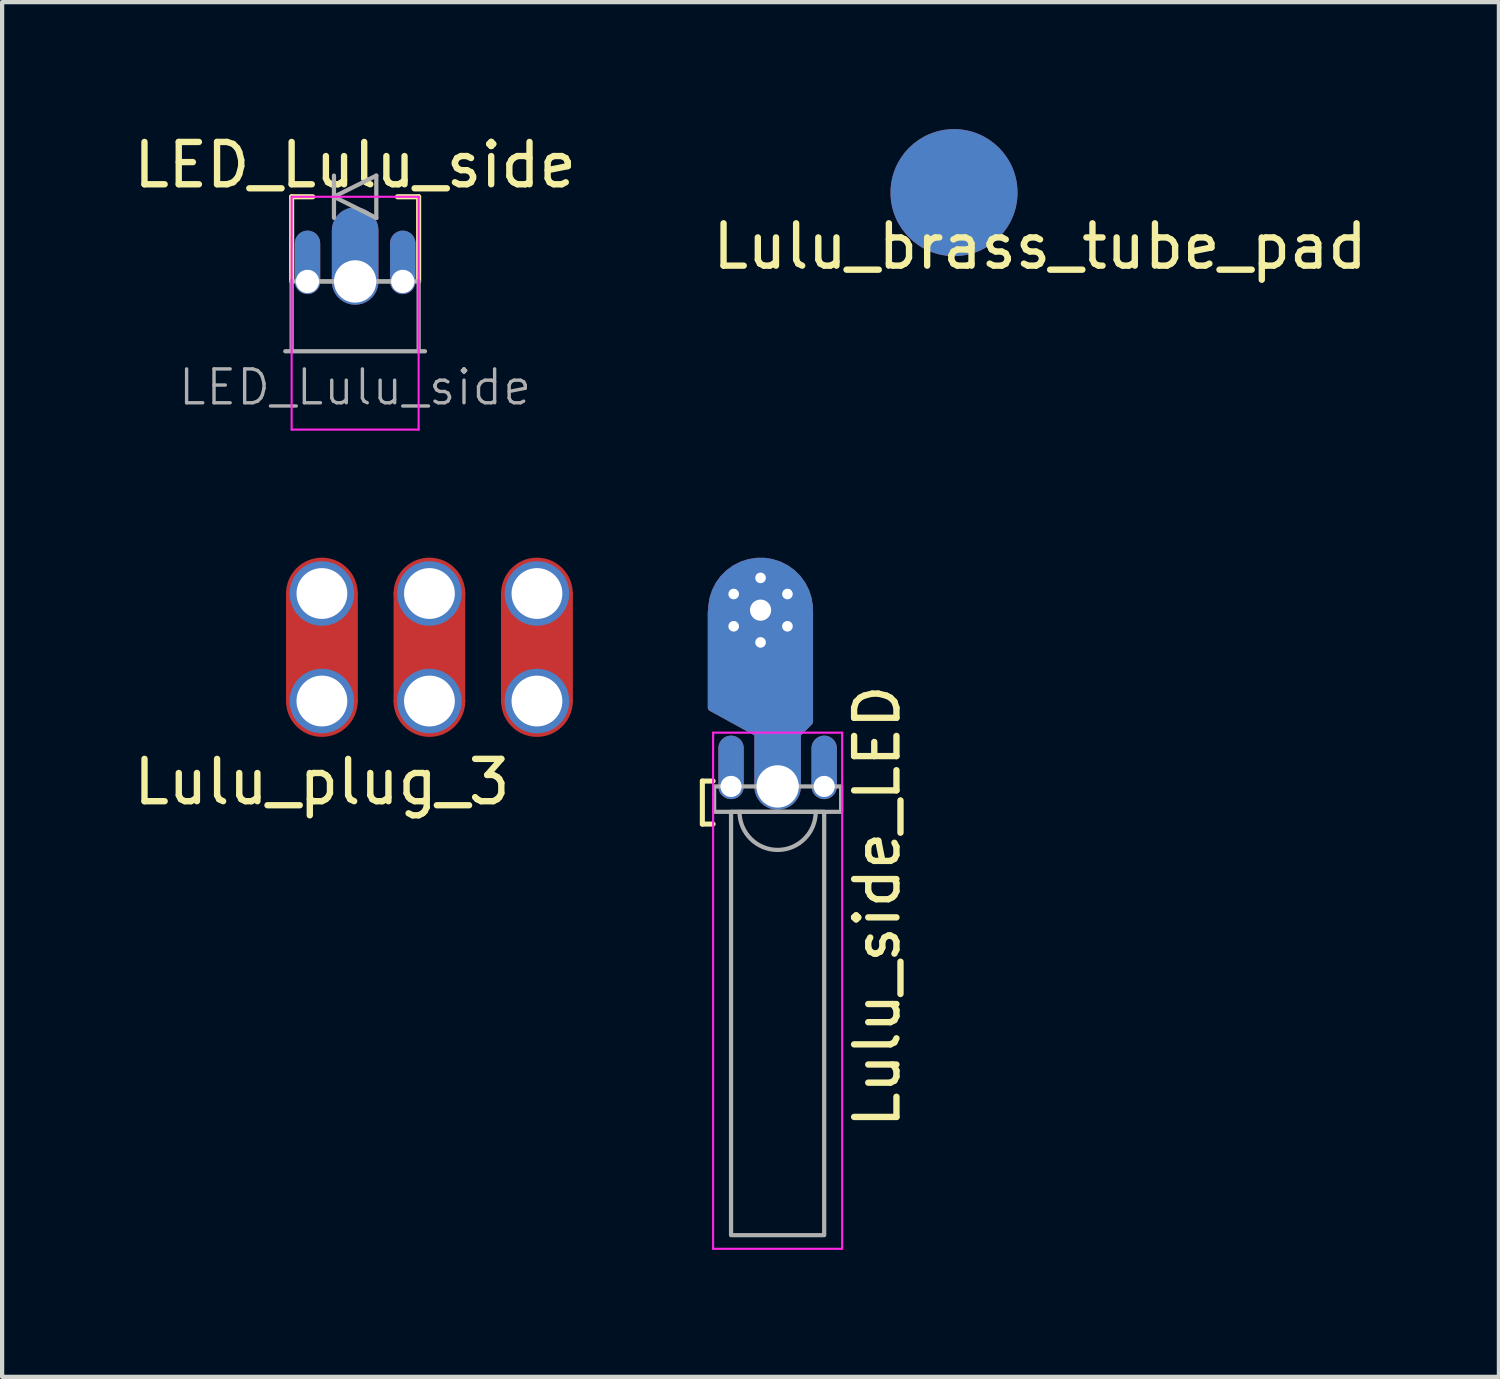
<source format=kicad_pcb>
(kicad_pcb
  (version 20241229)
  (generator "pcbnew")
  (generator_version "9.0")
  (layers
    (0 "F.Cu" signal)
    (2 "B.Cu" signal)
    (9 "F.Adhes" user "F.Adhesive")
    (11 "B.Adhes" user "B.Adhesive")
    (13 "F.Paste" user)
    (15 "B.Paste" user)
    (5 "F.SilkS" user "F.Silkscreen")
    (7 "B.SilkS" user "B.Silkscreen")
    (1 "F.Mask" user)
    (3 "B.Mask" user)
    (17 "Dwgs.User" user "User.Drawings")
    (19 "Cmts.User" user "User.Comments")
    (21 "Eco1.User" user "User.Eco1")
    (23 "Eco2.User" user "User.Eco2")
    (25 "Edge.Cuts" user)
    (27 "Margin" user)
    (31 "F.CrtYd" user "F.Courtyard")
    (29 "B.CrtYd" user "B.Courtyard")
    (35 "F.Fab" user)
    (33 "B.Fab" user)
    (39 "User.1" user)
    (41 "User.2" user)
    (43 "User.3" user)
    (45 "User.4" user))
  (footprint "Lulu_plug_3"
    (layer "F.Cu")
    (at 4.554 10.97)
    (property "Reference" "Lulu_plug_3" (at 0 4.451 0) (layer "F.SilkS") (effects (font (size 1 1) (thickness 0.15))))
    (attr through_hole)
    (fp_line (start -0.762 2.54) (end -0.762 0) (stroke (width 0.17) (type solid)) (layer "F.Cu"))
    (fp_line (start 0.762 0) (end 0.762 2.54) (stroke (width 0.17) (type solid)) (layer "F.Cu"))
    (fp_line (start 1.778 2.54) (end 1.778 0) (stroke (width 0.17) (type solid)) (layer "F.Cu"))
    (fp_line (start 3.302 0) (end 3.302 2.54) (stroke (width 0.17) (type solid)) (layer "F.Cu"))
    (fp_line (start 4.318 2.54) (end 4.318 0) (stroke (width 0.17) (type solid)) (layer "F.Cu"))
    (fp_line (start 5.842 0) (end 5.842 2.54) (stroke (width 0.17) (type solid)) (layer "F.Cu"))
    (fp_arc (start -0.762 0) (mid 0 -0.762) (end 0.762 0) (stroke (width 0.17) (type solid)) (layer "F.Cu"))
    (fp_arc (start 0.762 2.54) (mid 0 3.302) (end -0.762 2.54) (stroke (width 0.17) (type solid)) (layer "F.Cu"))
    (fp_arc (start 1.778 0) (mid 2.54 -0.762) (end 3.302 0) (stroke (width 0.17) (type solid)) (layer "F.Cu"))
    (fp_arc (start 3.302 2.54) (mid 2.54 3.302) (end 1.778 2.54) (stroke (width 0.17) (type solid)) (layer "F.Cu"))
    (fp_arc (start 4.318 0) (mid 5.08 -0.762) (end 5.842 0) (stroke (width 0.17) (type solid)) (layer "F.Cu"))
    (fp_arc (start 5.842 2.54) (mid 5.08 3.302) (end 4.318 2.54) (stroke (width 0.17) (type solid)) (layer "F.Cu"))
    (fp_poly (pts (xy -0.762 2.54) (xy 0.762 2.54) (xy 0.762 0) (xy -0.762 0)) (stroke (width 0.15) (type solid)) (fill yes) (layer "F.Cu"))
    (fp_poly (pts (xy 1.778 2.54) (xy 3.302 2.54) (xy 3.302 0) (xy 1.778 0)) (stroke (width 0.15) (type solid)) (fill yes) (layer "F.Cu"))
    (fp_poly (pts (xy 4.318 2.54) (xy 5.842 2.54) (xy 5.842 0) (xy 4.318 0)) (stroke (width 0.15) (type solid)) (fill yes) (layer "F.Cu"))
    (fp_line (start -0.762 2.54) (end -0.762 0) (stroke (width 0.17) (type solid)) (layer "F.Mask"))
    (fp_line (start 0.762 0) (end 0.762 2.54) (stroke (width 0.17) (type solid)) (layer "F.Mask"))
    (fp_line (start 1.778 2.54) (end 1.778 0) (stroke (width 0.17) (type solid)) (layer "F.Mask"))
    (fp_line (start 3.302 0) (end 3.302 2.54) (stroke (width 0.17) (type solid)) (layer "F.Mask"))
    (fp_line (start 4.318 2.54) (end 4.318 0) (stroke (width 0.17) (type solid)) (layer "F.Mask"))
    (fp_line (start 5.842 0) (end 5.842 2.54) (stroke (width 0.17) (type solid)) (layer "F.Mask"))
    (fp_arc (start -0.762 0) (mid 0 -0.762) (end 0.762 0) (stroke (width 0.17) (type solid)) (layer "F.Mask"))
    (fp_arc (start 0.762 2.54) (mid 0 3.302) (end -0.762 2.54) (stroke (width 0.17) (type solid)) (layer "F.Mask"))
    (fp_arc (start 1.778 0) (mid 2.54 -0.762) (end 3.302 0) (stroke (width 0.17) (type solid)) (layer "F.Mask"))
    (fp_arc (start 3.302 2.54) (mid 2.54 3.302) (end 1.778 2.54) (stroke (width 0.17) (type solid)) (layer "F.Mask"))
    (fp_arc (start 4.318 0) (mid 5.08 -0.762) (end 5.842 0) (stroke (width 0.17) (type solid)) (layer "F.Mask"))
    (fp_arc (start 5.842 2.54) (mid 5.08 3.302) (end 4.318 2.54) (stroke (width 0.17) (type solid)) (layer "F.Mask"))
    (fp_poly (pts (xy -0.762 2.54) (xy 0.762 2.54) (xy 0.762 0) (xy -0.762 0)) (stroke (width 0.15) (type solid)) (fill yes) (layer "F.Mask"))
    (fp_poly (pts (xy 1.778 2.54) (xy 3.302 2.54) (xy 3.302 0) (xy 1.778 0)) (stroke (width 0.15) (type solid)) (fill yes) (layer "F.Mask"))
    (fp_poly (pts (xy 4.318 2.54) (xy 5.842 2.54) (xy 5.842 0) (xy 4.318 0)) (stroke (width 0.15) (type solid)) (fill yes) (layer "F.Mask"))
    (pad "1" thru_hole circle (at 0 0) (size 1.524 1.524) (drill 1.2) (layers "*.Cu" "*.Mask"))
    (pad "1" thru_hole circle (at 0 2.54) (size 1.524 1.524) (drill 1.2) (layers "*.Cu" "*.Mask"))
    (pad "2" thru_hole circle (at 2.54 0) (size 1.524 1.524) (drill 1.2) (layers "*.Cu" "*.Mask"))
    (pad "2" thru_hole circle (at 2.54 2.54) (size 1.524 1.524) (drill 1.2) (layers "*.Cu" "*.Mask"))
    (pad "3" thru_hole circle (at 5.08 0) (size 1.524 1.524) (drill 1.2) (layers "*.Cu" "*.Mask"))
    (pad "3" thru_hole circle (at 5.08 2.54) (size 1.524 1.524) (drill 1.2) (layers "*.Cu" "*.Mask")))
  (footprint "Lulu_brass_tube_pad"
    (layer "F.Cu")
    (at 19.486 1.5)
    (property "Reference" "Lulu_brass_tube_pad" (at 2.032 1.27 0) (layer "F.SilkS") (effects (font (size 1 1) (thickness 0.15))))
    (attr through_hole)
    (pad "" smd circle (at 0 0) (size 3 3) (layers "F.Cu" "F.Mask"))
    (pad "" smd circle (at 0 0) (size 3 3) (layers "B.Cu" "B.Mask")))
  (footprint "LED_Lulu_side"
    (layer "F.Cu")
    (at 5.339 3.598)
    (property "Reference" "LED_Lulu_side" (at -0.000001 -2.75 0) (layer "F.SilkS") (effects (font (size 1 1) (thickness 0.15))))
    (attr smd)
    (fp_line (start -1.5 -2) (end -1 -2) (stroke (width 0.12) (type solid)) (layer "F.SilkS"))
    (fp_line (start -1.5 0) (end -1.5 -2) (stroke (width 0.12) (type solid)) (layer "F.SilkS"))
    (fp_line (start 1.5 -2) (end 1 -2) (stroke (width 0.12) (type solid)) (layer "F.SilkS"))
    (fp_line (start 1.5 0) (end 1.5 -2) (stroke (width 0.12) (type solid)) (layer "F.SilkS"))
    (fp_line (start -1.5 -2) (end 1.5 -2) (stroke (width 0.05) (type solid)) (layer "F.CrtYd"))
    (fp_line (start -1.5 3.5) (end -1.5 -2) (stroke (width 0.05) (type solid)) (layer "F.CrtYd"))
    (fp_line (start 1.5 -2) (end 1.5 3.5) (stroke (width 0.05) (type solid)) (layer "F.CrtYd"))
    (fp_line (start 1.5 3.5) (end -1.5 3.5) (stroke (width 0.05) (type solid)) (layer "F.CrtYd"))
    (fp_line (start -1.5 0) (end 1.5 0) (stroke (width 0.1) (type solid)) (layer "F.Fab"))
    (fp_line (start -1.5 1.65) (end -1.5 0) (stroke (width 0.1) (type solid)) (layer "F.Fab"))
    (fp_line (start -1.25 0) (end -0.5 0) (stroke (width 0.1) (type solid)) (layer "F.Fab"))
    (fp_line (start -0.5 -2.5) (end -0.5 -1.5) (stroke (width 0.1) (type solid)) (layer "F.Fab"))
    (fp_line (start -0.5 -2) (end 0.5 -2.5) (stroke (width 0.1) (type solid)) (layer "F.Fab"))
    (fp_line (start 0.5 -2.5) (end 0.5 -1.5) (stroke (width 0.1) (type solid)) (layer "F.Fab"))
    (fp_line (start 0.5 -1.5) (end -0.5 -2) (stroke (width 0.1) (type solid)) (layer "F.Fab"))
    (fp_line (start 1.25 0) (end 0.5 0) (stroke (width 0.1) (type solid)) (layer "F.Fab"))
    (fp_line (start 1.5 0) (end 1.5 1.65) (stroke (width 0.1) (type solid)) (layer "F.Fab"))
    (fp_line (start 1.65 1.65) (end -1.65 1.65) (stroke (width 0.1) (type solid)) (layer "F.Fab"))
    (fp_text user "${REFERENCE}" (at 0 2.5 0) (layer "F.Fab") (effects (font (size 0.8 0.8) (thickness 0.08))))
    (pad "1" thru_hole oval (at -1.125 0.000001) (size 0.6 1.5) (drill 0.55 (offset 0 -0.45)) (layers "*.Cu" "*.Mask"))
    (pad "2" thru_hole oval (at 1.125 -0.000001) (size 0.6 1.5) (drill 0.55 (offset 0 -0.45)) (layers "*.Cu" "*.Mask"))
    (pad "3" thru_hole oval (at 0 0) (size 1.1 2.3) (drill 1 (offset 0 -0.6)) (layers "*.Cu" "*.Mask")))
  (footprint "Lulu_side_LED"
    (layer "F.Cu")
    (at 15.319 15.527)
    (property "Reference" "Lulu_side_LED" (at 2.352 2.831 90) (layer "F.SilkS") (effects (font (size 1 1) (thickness 0.15))))
    (attr smd)
    (fp_line (start -1.778 -0.127) (end -1.524 -0.127) (stroke (width 0.12) (type solid)) (layer "F.SilkS"))
    (fp_line (start -1.778 0.889) (end -1.778 -0.127) (stroke (width 0.12) (type solid)) (layer "F.SilkS"))
    (fp_line (start -1.524 0.889) (end -1.778 0.889) (stroke (width 0.12) (type solid)) (layer "F.SilkS"))
    (fp_line (start -1.524 -1.27) (end 1.524 -1.27) (stroke (width 0.05) (type solid)) (layer "F.CrtYd"))
    (fp_line (start -1.524 10.922) (end -1.524 -1.27) (stroke (width 0.05) (type solid)) (layer "F.CrtYd"))
    (fp_line (start 1.524 -1.27) (end 1.524 10.922) (stroke (width 0.05) (type solid)) (layer "F.CrtYd"))
    (fp_line (start 1.524 10.922) (end -1.524 10.922) (stroke (width 0.05) (type solid)) (layer "F.CrtYd"))
    (fp_arc (start 0.9 0.6) (mid 0 1.5) (end -0.9 0.6) (stroke (width 0.1) (type solid)) (layer "F.Fab"))
    (fp_poly (pts (xy -1.5 0) (xy 1.5 0) (xy 1.5 0.6) (xy -1.5 0.6)) (stroke (width 0.1) (type solid)) (fill no) (layer "F.Fab"))
    (fp_poly (pts (xy -1.1 0.6) (xy 1.1 0.6) (xy 1.1 10.6) (xy -1.1 10.6)) (stroke (width 0.1) (type solid)) (fill no) (layer "F.Fab"))
    (pad "" smd custom (at -0.403 -4.164) (size 2.48 2.48) (layers "F.Cu" "F.Mask") (options (anchor circle)) (primitives (gr_poly (pts (xy -1.172 0.023) (xy 1.165 0.023) (xy 1.165 2.64) (xy -1.172 2.309)) (width 0.15) (fill yes)) (gr_poly (pts (xy 0.911 2.894) (xy 1.165 2.64) (xy -1.172 2.309) (xy -0.105 2.894)) (width 0.15) (fill yes))))
    (pad "" smd custom (at -0.403 -4.164) (size 2.48 2.48) (layers "B.Cu" "B.Mask") (options (anchor circle)) (primitives (gr_poly (pts (xy -1.172 0.023) (xy 1.165 0.023) (xy 1.165 2.64) (xy -1.172 2.309)) (width 0.15) (fill yes)) (gr_poly (pts (xy 0.911 2.894) (xy 1.165 2.64) (xy -1.172 2.309) (xy -0.105 2.894)) (width 0.15) (fill yes))))
    (pad "1" thru_hole oval (at -1.1 0) (size 0.6 1.5) (drill 0.5 (offset 0 -0.45)) (layers "*.Cu" "*.Mask"))
    (pad "2" thru_hole oval (at 1.1 0) (size 0.6 1.5) (drill 0.5 (offset 0 -0.45)) (layers "*.Cu" "*.Mask"))
    (pad "3" thru_hole circle (at -1.038 -4.545 90) (size 0.4 0.4) (drill 0.25) (layers "*.Cu"))
    (pad "3" thru_hole circle (at -1.038 -3.783 90) (size 0.4 0.4) (drill 0.25) (layers "*.Cu"))
    (pad "3" thru_hole circle (at -0.403 -4.926 90) (size 0.4 0.4) (drill 0.25) (layers "*.Cu"))
    (pad "3" thru_hole circle (at -0.403 -4.164 90) (size 0.7 0.7) (drill 0.5) (layers "*.Cu"))
    (pad "3" thru_hole circle (at -0.403 -3.402 90) (size 0.4 0.4) (drill 0.25) (layers "*.Cu"))
    (pad "3" thru_hole oval (at 0 0) (size 1.1 2.3) (drill 1 (offset 0 -0.6)) (layers "*.Cu" "*.Mask"))
    (pad "3" thru_hole circle (at 0.232 -4.545 90) (size 0.4 0.4) (drill 0.25) (layers "*.Cu"))
    (pad "3" thru_hole circle (at 0.232 -3.783 90) (size 0.4 0.4) (drill 0.25) (layers "*.Cu")))
  (gr_rect
    (start -3 -3)
    (end 32.357 29.474)
    (stroke (width 0.1) (type default))
    (fill no)
    (layer "Edge.Cuts")))
</source>
